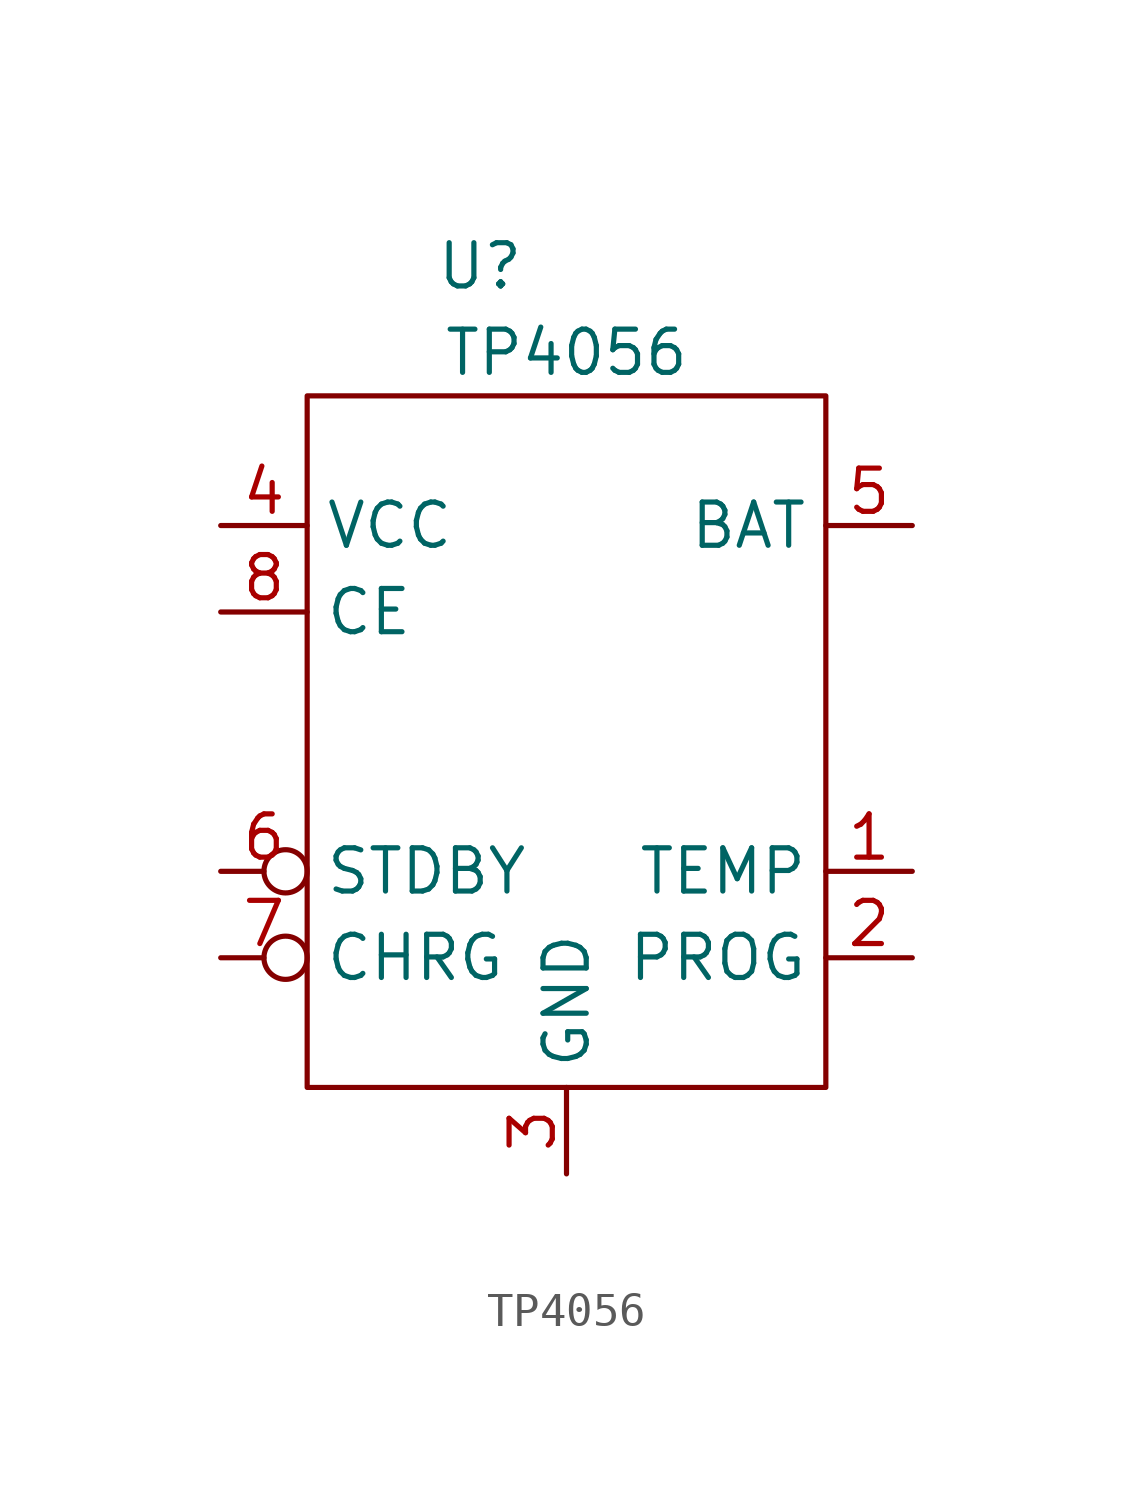
<source format=kicad_sym>
(kicad_symbol_lib
  (version 20211014)
  (generator kicad_symbol_editor)
  (symbol "TP4056"
    (property "Reference" "U"
      (at -2.54 13.97 0)
      (effects (font (size 1.27 1.27))))
    (property "Value" "TP4056"
      (at 0 11.43 0)
      (effects (font (size 1.27 1.27))))
    (symbol "TP4056_0_1"
      (rectangle (start -7.62 10.16) (end 7.62 -10.16) (stroke (width 0) (type default) (color 0 0 0 0)) (fill (type none))))
    (symbol "TP4056_1_1"
      (pin input line (at 10.16 -3.81 180) (length 2.54) (name "TEMP" (effects (font (size 1.27 1.27)))) (number "1" (effects (font (size 1.27 1.27)))))
      (pin input line (at 10.16 -6.35 180) (length 2.54) (name "PROG" (effects (font (size 1.27 1.27)))) (number "2" (effects (font (size 1.27 1.27)))))
      (pin input line (at 0 -12.7 90) (length 2.54) (name "GND" (effects (font (size 1.27 1.27)))) (number "3" (effects (font (size 1.27 1.27)))))
      (pin input line (at -10.16 6.35 0) (length 2.54) (name "VCC" (effects (font (size 1.27 1.27)))) (number "4" (effects (font (size 1.27 1.27)))))
      (pin input line (at 10.16 6.35 180) (length 2.54) (name "BAT" (effects (font (size 1.27 1.27)))) (number "5" (effects (font (size 1.27 1.27)))))
      (pin input inverted (at -10.16 -3.81 0) (length 2.54) (name "STDBY" (effects (font (size 1.27 1.27)))) (number "6" (effects (font (size 1.27 1.27)))))
      (pin input inverted (at -10.16 -6.35 0) (length 2.54) (name "CHRG" (effects (font (size 1.27 1.27)))) (number "7" (effects (font (size 1.27 1.27)))))
      (pin input line (at -10.16 3.81 0) (length 2.54) (name "CE" (effects (font (size 1.27 1.27)))) (number "8" (effects (font (size 1.27 1.27))))))))
</source>
